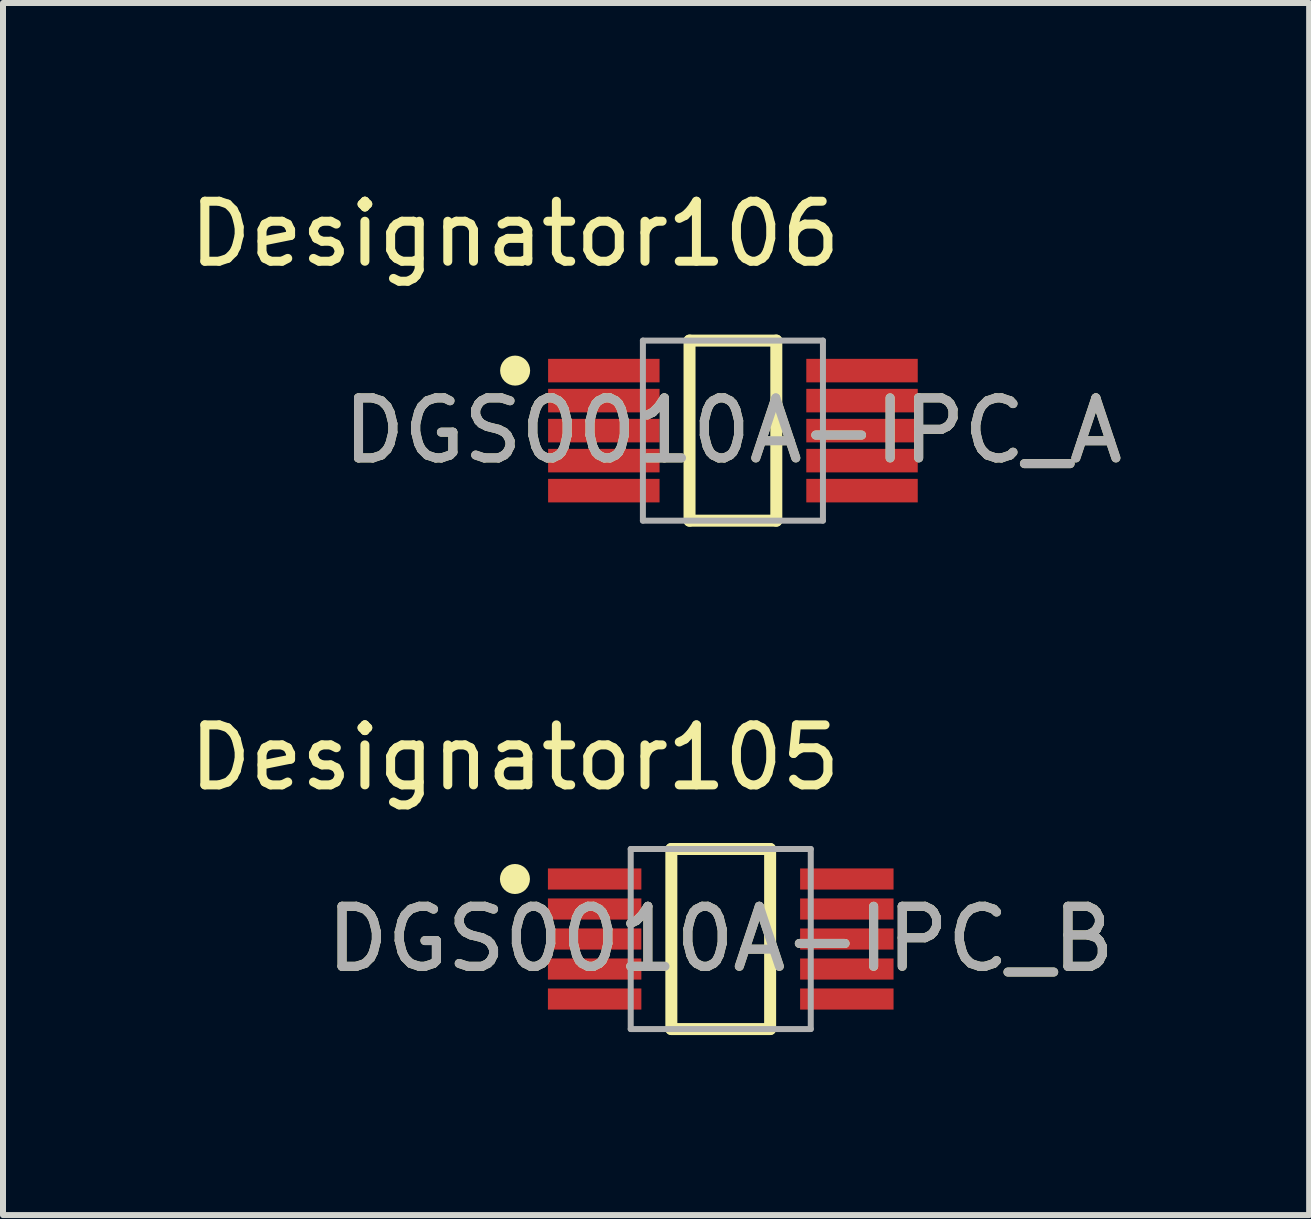
<source format=kicad_pcb>
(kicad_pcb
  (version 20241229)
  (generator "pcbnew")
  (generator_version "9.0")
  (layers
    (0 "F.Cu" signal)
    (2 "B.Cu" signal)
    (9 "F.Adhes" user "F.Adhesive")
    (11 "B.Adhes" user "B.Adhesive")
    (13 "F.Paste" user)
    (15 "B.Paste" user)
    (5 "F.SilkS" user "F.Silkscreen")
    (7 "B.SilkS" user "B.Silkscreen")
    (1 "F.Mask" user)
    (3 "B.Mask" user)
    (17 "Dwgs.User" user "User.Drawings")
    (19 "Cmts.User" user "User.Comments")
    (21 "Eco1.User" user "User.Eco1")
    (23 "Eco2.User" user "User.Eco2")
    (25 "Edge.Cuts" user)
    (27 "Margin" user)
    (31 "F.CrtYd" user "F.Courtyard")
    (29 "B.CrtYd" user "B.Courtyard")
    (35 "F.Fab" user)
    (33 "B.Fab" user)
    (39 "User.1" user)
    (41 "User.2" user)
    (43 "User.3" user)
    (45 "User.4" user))
  (footprint "DGS0010A-IPC_B"
    (layer "F.Cu")
    (at 8.959 12.596)
    (property "Reference" "DGS0010A-IPC_B" (at 0 0 0) (unlocked yes) (layer "F.SilkS") (effects (font (size 1 1) (thickness 0.15))))
    (attr smd)
    (fp_line (start -0.823 -1.5) (end 0.823 -1.5) (stroke (width 0.2) (type solid)) (layer "F.SilkS"))
    (fp_line (start -0.823 1.5) (end -0.823 -1.5) (stroke (width 0.2) (type solid)) (layer "F.SilkS"))
    (fp_line (start -0.823 1.5) (end 0.823 1.5) (stroke (width 0.2) (type solid)) (layer "F.SilkS"))
    (fp_line (start 0.823 1.5) (end 0.823 -1.5) (stroke (width 0.2) (type solid)) (layer "F.SilkS"))
    (fp_circle (center -3.429 -1) (end -3.304 -1) (stroke (width 0.25) (type solid)) (fill no) (layer "F.SilkS"))
    (fp_line (start -1.5 -1.5) (end 1.5 -1.5) (stroke (width 0.1) (type solid)) (layer "F.Fab"))
    (fp_line (start -1.5 1.5) (end -1.5 -1.5) (stroke (width 0.1) (type solid)) (layer "F.Fab"))
    (fp_line (start -1.5 1.5) (end 1.5 1.5) (stroke (width 0.1) (type solid)) (layer "F.Fab"))
    (fp_line (start 1.5 1.5) (end 1.5 -1.5) (stroke (width 0.1) (type solid)) (layer "F.Fab"))
    (fp_text user "Designator105" (at -3.429 -3.023 0) (unlocked yes) (layer "F.SilkS") (effects (font (size 1 1) (thickness 0.15))))
    (fp_text user "${REFERENCE}" (at 0 0 0) (unlocked yes) (layer "F.Fab") (effects (font (size 1 1) (thickness 0.15))))
    (pad "1" smd rect (at -2.101 -1) (size 1.557 0.352) (layers "F.Cu" "F.Mask" "F.Paste"))
    (pad "2" smd rect (at -2.101 -0.5) (size 1.557 0.352) (layers "F.Cu" "F.Mask" "F.Paste"))
    (pad "3" smd rect (at -2.101 0) (size 1.557 0.352) (layers "F.Cu" "F.Mask" "F.Paste"))
    (pad "4" smd rect (at -2.101 0.5) (size 1.557 0.352) (layers "F.Cu" "F.Mask" "F.Paste"))
    (pad "5" smd rect (at -2.101 1) (size 1.557 0.352) (layers "F.Cu" "F.Mask" "F.Paste"))
    (pad "6" smd rect (at 2.101 1) (size 1.557 0.352) (layers "F.Cu" "F.Mask" "F.Paste"))
    (pad "7" smd rect (at 2.101 0.5) (size 1.557 0.352) (layers "F.Cu" "F.Mask" "F.Paste"))
    (pad "8" smd rect (at 2.101 0) (size 1.557 0.352) (layers "F.Cu" "F.Mask" "F.Paste"))
    (pad "9" smd rect (at 2.101 -0.5) (size 1.557 0.352) (layers "F.Cu" "F.Mask" "F.Paste"))
    (pad "10" smd rect (at 2.101 -1) (size 1.557 0.352) (layers "F.Cu" "F.Mask" "F.Paste")))
  (footprint "DGS0010A-IPC_A"
    (layer "F.Cu")
    (at 9.162 4.125)
    (property "Reference" "DGS0010A-IPC_A" (at 0 0 0) (unlocked yes) (layer "F.SilkS") (effects (font (size 1 1) (thickness 0.15))))
    (attr smd)
    (fp_line (start -0.723 -1.5) (end 0.723 -1.5) (stroke (width 0.2) (type solid)) (layer "F.SilkS"))
    (fp_line (start -0.723 1.5) (end -0.723 -1.5) (stroke (width 0.2) (type solid)) (layer "F.SilkS"))
    (fp_line (start -0.723 1.5) (end 0.723 1.5) (stroke (width 0.2) (type solid)) (layer "F.SilkS"))
    (fp_line (start 0.723 1.5) (end 0.723 -1.5) (stroke (width 0.2) (type solid)) (layer "F.SilkS"))
    (fp_circle (center -3.629 -1) (end -3.504 -1) (stroke (width 0.25) (type solid)) (fill no) (layer "F.SilkS"))
    (fp_line (start -1.5 -1.5) (end 1.5 -1.5) (stroke (width 0.1) (type solid)) (layer "F.Fab"))
    (fp_line (start -1.5 1.5) (end -1.5 -1.5) (stroke (width 0.1) (type solid)) (layer "F.Fab"))
    (fp_line (start -1.5 1.5) (end 1.5 1.5) (stroke (width 0.1) (type solid)) (layer "F.Fab"))
    (fp_line (start 1.5 1.5) (end 1.5 -1.5) (stroke (width 0.1) (type solid)) (layer "F.Fab"))
    (fp_text user "Designator106" (at -3.632 -3.277 0) (unlocked yes) (layer "F.SilkS") (effects (font (size 1 1) (thickness 0.15))))
    (fp_text user "${REFERENCE}" (at 0 0 0) (unlocked yes) (layer "F.Fab") (effects (font (size 1 1) (thickness 0.15))))
    (pad "1" smd rect (at -2.151 -1) (size 1.857 0.392) (layers "F.Cu" "F.Mask" "F.Paste"))
    (pad "2" smd rect (at -2.151 -0.5) (size 1.857 0.392) (layers "F.Cu" "F.Mask" "F.Paste"))
    (pad "3" smd rect (at -2.151 0) (size 1.857 0.392) (layers "F.Cu" "F.Mask" "F.Paste"))
    (pad "4" smd rect (at -2.151 0.5) (size 1.857 0.392) (layers "F.Cu" "F.Mask" "F.Paste"))
    (pad "5" smd rect (at -2.151 1) (size 1.857 0.392) (layers "F.Cu" "F.Mask" "F.Paste"))
    (pad "6" smd rect (at 2.151 1) (size 1.857 0.392) (layers "F.Cu" "F.Mask" "F.Paste"))
    (pad "7" smd rect (at 2.151 0.5) (size 1.857 0.392) (layers "F.Cu" "F.Mask" "F.Paste"))
    (pad "8" smd rect (at 2.151 0) (size 1.857 0.392) (layers "F.Cu" "F.Mask" "F.Paste"))
    (pad "9" smd rect (at 2.151 -0.5) (size 1.857 0.392) (layers "F.Cu" "F.Mask" "F.Paste"))
    (pad "10" smd rect (at 2.151 -1) (size 1.857 0.392) (layers "F.Cu" "F.Mask" "F.Paste")))
  (gr_rect
    (start -3 -3)
    (end 18.763 17.196)
    (stroke (width 0.1) (type default))
    (fill no)
    (layer "Edge.Cuts")))
</source>
